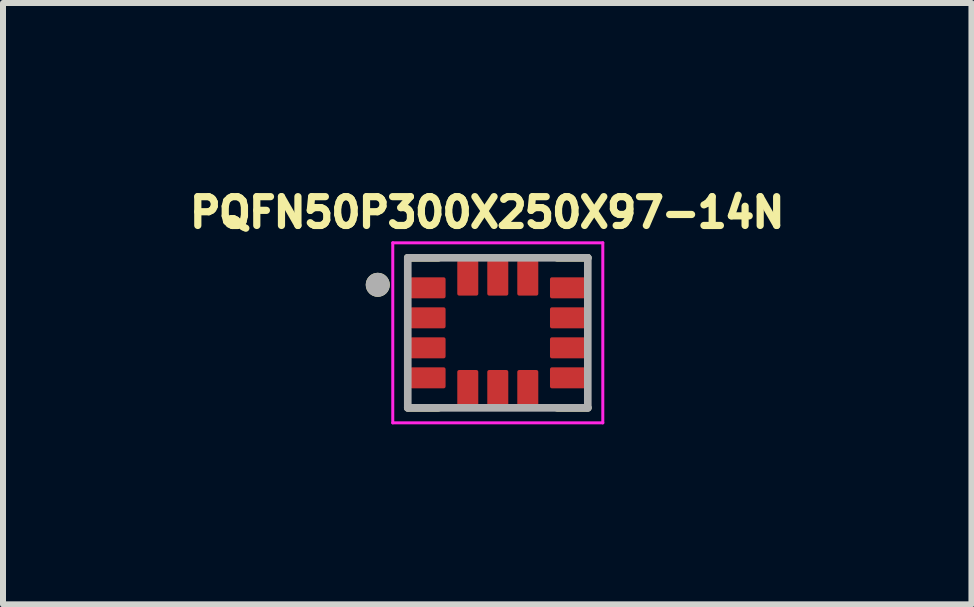
<source format=kicad_pcb>
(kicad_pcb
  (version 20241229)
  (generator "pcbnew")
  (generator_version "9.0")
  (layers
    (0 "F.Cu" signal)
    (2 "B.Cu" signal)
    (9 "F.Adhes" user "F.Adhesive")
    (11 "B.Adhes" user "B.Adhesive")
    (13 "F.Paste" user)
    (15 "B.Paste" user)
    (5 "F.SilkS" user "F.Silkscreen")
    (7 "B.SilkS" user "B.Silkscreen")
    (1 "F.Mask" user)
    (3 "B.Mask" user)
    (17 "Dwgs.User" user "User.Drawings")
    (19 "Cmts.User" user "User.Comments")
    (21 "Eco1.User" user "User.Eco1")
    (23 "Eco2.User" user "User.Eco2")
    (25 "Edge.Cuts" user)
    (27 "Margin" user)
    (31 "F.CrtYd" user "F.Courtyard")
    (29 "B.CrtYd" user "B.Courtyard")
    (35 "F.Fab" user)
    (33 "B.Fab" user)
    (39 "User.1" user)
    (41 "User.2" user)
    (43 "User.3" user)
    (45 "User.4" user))
  (footprint "PQFN50P300X250X97-14N"
    (layer "F.Cu")
    (at 5.245 2.496)
    (property "Reference" "PQFN50P300X250X97-14N" (at -0.176 -2.005 0) (layer "F.SilkS") (effects (font (size 0.48 0.48) (thickness 0.15))))
    (attr smd)
    (fp_poly (pts (xy -0.82 -0.85) (xy -0.82 -0.65) (xy -0.82 -0.643) (xy -0.821 -0.637) (xy -0.822 -0.63) (xy -0.823 -0.624) (xy -0.824 -0.618) (xy -0.826 -0.611) (xy -0.828 -0.605) (xy -0.831 -0.599) (xy -0.834 -0.593) (xy -0.837 -0.588) (xy -0.84 -0.582) (xy -0.844 -0.577) (xy -0.848 -0.571) (xy -0.852 -0.566) (xy -0.857 -0.562) (xy -0.861 -0.557) (xy -0.866 -0.553) (xy -0.872 -0.549) (xy -0.877 -0.545) (xy -0.882 -0.542) (xy -0.888 -0.539) (xy -0.894 -0.536) (xy -0.9 -0.533) (xy -0.906 -0.531) (xy -0.913 -0.529) (xy -0.919 -0.528) (xy -0.925 -0.527) (xy -0.932 -0.526) (xy -0.938 -0.525) (xy -0.945 -0.525) (xy -1.385 -0.525) (xy -1.392 -0.525) (xy -1.398 -0.526) (xy -1.405 -0.527) (xy -1.411 -0.528) (xy -1.417 -0.529) (xy -1.424 -0.531) (xy -1.43 -0.533) (xy -1.436 -0.536) (xy -1.442 -0.539) (xy -1.448 -0.542) (xy -1.453 -0.545) (xy -1.458 -0.549) (xy -1.464 -0.553) (xy -1.469 -0.557) (xy -1.473 -0.562) (xy -1.478 -0.566) (xy -1.482 -0.571) (xy -1.486 -0.577) (xy -1.49 -0.582) (xy -1.493 -0.588) (xy -1.496 -0.593) (xy -1.499 -0.599) (xy -1.502 -0.605) (xy -1.504 -0.611) (xy -1.506 -0.618) (xy -1.507 -0.624) (xy -1.508 -0.63) (xy -1.509 -0.637) (xy -1.51 -0.643) (xy -1.51 -0.65) (xy -1.51 -0.85) (xy -1.51 -0.857) (xy -1.509 -0.863) (xy -1.508 -0.87) (xy -1.507 -0.876) (xy -1.506 -0.882) (xy -1.504 -0.889) (xy -1.502 -0.895) (xy -1.499 -0.901) (xy -1.496 -0.907) (xy -1.493 -0.912) (xy -1.49 -0.918) (xy -1.486 -0.923) (xy -1.482 -0.929) (xy -1.478 -0.934) (xy -1.473 -0.938) (xy -1.469 -0.943) (xy -1.464 -0.947) (xy -1.458 -0.951) (xy -1.453 -0.955) (xy -1.448 -0.958) (xy -1.442 -0.961) (xy -1.436 -0.964) (xy -1.43 -0.967) (xy -1.424 -0.969) (xy -1.417 -0.971) (xy -1.411 -0.972) (xy -1.405 -0.973) (xy -1.398 -0.974) (xy -1.392 -0.975) (xy -1.385 -0.975) (xy -0.945 -0.975) (xy -0.938 -0.975) (xy -0.932 -0.974) (xy -0.925 -0.973) (xy -0.919 -0.972) (xy -0.913 -0.971) (xy -0.906 -0.969) (xy -0.9 -0.967) (xy -0.894 -0.964) (xy -0.888 -0.961) (xy -0.882 -0.958) (xy -0.877 -0.955) (xy -0.872 -0.951) (xy -0.866 -0.947) (xy -0.861 -0.943) (xy -0.857 -0.938) (xy -0.852 -0.934) (xy -0.848 -0.929) (xy -0.844 -0.923) (xy -0.84 -0.918) (xy -0.837 -0.912) (xy -0.834 -0.907) (xy -0.831 -0.901) (xy -0.828 -0.895) (xy -0.826 -0.889) (xy -0.824 -0.882) (xy -0.823 -0.876) (xy -0.822 -0.87) (xy -0.821 -0.863) (xy -0.82 -0.857) (xy -0.82 -0.85)) (stroke (width 0.01) (type solid)) (fill yes) (layer "F.Mask"))
    (fp_poly (pts (xy -0.82 -0.35) (xy -0.82 -0.15) (xy -0.82 -0.143) (xy -0.821 -0.137) (xy -0.822 -0.13) (xy -0.823 -0.124) (xy -0.824 -0.118) (xy -0.826 -0.111) (xy -0.828 -0.105) (xy -0.831 -0.099) (xy -0.834 -0.093) (xy -0.837 -0.088) (xy -0.84 -0.082) (xy -0.844 -0.077) (xy -0.848 -0.071) (xy -0.852 -0.066) (xy -0.857 -0.062) (xy -0.861 -0.057) (xy -0.866 -0.053) (xy -0.872 -0.049) (xy -0.877 -0.045) (xy -0.882 -0.042) (xy -0.888 -0.039) (xy -0.894 -0.036) (xy -0.9 -0.033) (xy -0.906 -0.031) (xy -0.913 -0.029) (xy -0.919 -0.028) (xy -0.925 -0.027) (xy -0.932 -0.026) (xy -0.938 -0.025) (xy -0.945 -0.025) (xy -1.385 -0.025) (xy -1.392 -0.025) (xy -1.398 -0.026) (xy -1.405 -0.027) (xy -1.411 -0.028) (xy -1.417 -0.029) (xy -1.424 -0.031) (xy -1.43 -0.033) (xy -1.436 -0.036) (xy -1.442 -0.039) (xy -1.448 -0.042) (xy -1.453 -0.045) (xy -1.458 -0.049) (xy -1.464 -0.053) (xy -1.469 -0.057) (xy -1.473 -0.062) (xy -1.478 -0.066) (xy -1.482 -0.071) (xy -1.486 -0.077) (xy -1.49 -0.082) (xy -1.493 -0.088) (xy -1.496 -0.093) (xy -1.499 -0.099) (xy -1.502 -0.105) (xy -1.504 -0.111) (xy -1.506 -0.118) (xy -1.507 -0.124) (xy -1.508 -0.13) (xy -1.509 -0.137) (xy -1.51 -0.143) (xy -1.51 -0.15) (xy -1.51 -0.35) (xy -1.51 -0.357) (xy -1.509 -0.363) (xy -1.508 -0.37) (xy -1.507 -0.376) (xy -1.506 -0.382) (xy -1.504 -0.389) (xy -1.502 -0.395) (xy -1.499 -0.401) (xy -1.496 -0.407) (xy -1.493 -0.412) (xy -1.49 -0.418) (xy -1.486 -0.423) (xy -1.482 -0.429) (xy -1.478 -0.434) (xy -1.473 -0.438) (xy -1.469 -0.443) (xy -1.464 -0.447) (xy -1.458 -0.451) (xy -1.453 -0.455) (xy -1.448 -0.458) (xy -1.442 -0.461) (xy -1.436 -0.464) (xy -1.43 -0.467) (xy -1.424 -0.469) (xy -1.417 -0.471) (xy -1.411 -0.472) (xy -1.405 -0.473) (xy -1.398 -0.474) (xy -1.392 -0.475) (xy -1.385 -0.475) (xy -0.945 -0.475) (xy -0.938 -0.475) (xy -0.932 -0.474) (xy -0.925 -0.473) (xy -0.919 -0.472) (xy -0.913 -0.471) (xy -0.906 -0.469) (xy -0.9 -0.467) (xy -0.894 -0.464) (xy -0.888 -0.461) (xy -0.882 -0.458) (xy -0.877 -0.455) (xy -0.872 -0.451) (xy -0.866 -0.447) (xy -0.861 -0.443) (xy -0.857 -0.438) (xy -0.852 -0.434) (xy -0.848 -0.429) (xy -0.844 -0.423) (xy -0.84 -0.418) (xy -0.837 -0.412) (xy -0.834 -0.407) (xy -0.831 -0.401) (xy -0.828 -0.395) (xy -0.826 -0.389) (xy -0.824 -0.382) (xy -0.823 -0.376) (xy -0.822 -0.37) (xy -0.821 -0.363) (xy -0.82 -0.357) (xy -0.82 -0.35)) (stroke (width 0.01) (type solid)) (fill yes) (layer "F.Mask"))
    (fp_poly (pts (xy -0.82 0.15) (xy -0.82 0.35) (xy -0.82 0.357) (xy -0.821 0.363) (xy -0.822 0.37) (xy -0.823 0.376) (xy -0.824 0.382) (xy -0.826 0.389) (xy -0.828 0.395) (xy -0.831 0.401) (xy -0.834 0.407) (xy -0.837 0.412) (xy -0.84 0.418) (xy -0.844 0.423) (xy -0.848 0.429) (xy -0.852 0.434) (xy -0.857 0.438) (xy -0.861 0.443) (xy -0.866 0.447) (xy -0.872 0.451) (xy -0.877 0.455) (xy -0.882 0.458) (xy -0.888 0.461) (xy -0.894 0.464) (xy -0.9 0.467) (xy -0.906 0.469) (xy -0.913 0.471) (xy -0.919 0.472) (xy -0.925 0.473) (xy -0.932 0.474) (xy -0.938 0.475) (xy -0.945 0.475) (xy -1.385 0.475) (xy -1.392 0.475) (xy -1.398 0.474) (xy -1.405 0.473) (xy -1.411 0.472) (xy -1.417 0.471) (xy -1.424 0.469) (xy -1.43 0.467) (xy -1.436 0.464) (xy -1.442 0.461) (xy -1.448 0.458) (xy -1.453 0.455) (xy -1.458 0.451) (xy -1.464 0.447) (xy -1.469 0.443) (xy -1.473 0.438) (xy -1.478 0.434) (xy -1.482 0.429) (xy -1.486 0.423) (xy -1.49 0.418) (xy -1.493 0.412) (xy -1.496 0.407) (xy -1.499 0.401) (xy -1.502 0.395) (xy -1.504 0.389) (xy -1.506 0.382) (xy -1.507 0.376) (xy -1.508 0.37) (xy -1.509 0.363) (xy -1.51 0.357) (xy -1.51 0.35) (xy -1.51 0.15) (xy -1.51 0.143) (xy -1.509 0.137) (xy -1.508 0.13) (xy -1.507 0.124) (xy -1.506 0.118) (xy -1.504 0.111) (xy -1.502 0.105) (xy -1.499 0.099) (xy -1.496 0.093) (xy -1.493 0.088) (xy -1.49 0.082) (xy -1.486 0.077) (xy -1.482 0.071) (xy -1.478 0.066) (xy -1.473 0.062) (xy -1.469 0.057) (xy -1.464 0.053) (xy -1.458 0.049) (xy -1.453 0.045) (xy -1.448 0.042) (xy -1.442 0.039) (xy -1.436 0.036) (xy -1.43 0.033) (xy -1.424 0.031) (xy -1.417 0.029) (xy -1.411 0.028) (xy -1.405 0.027) (xy -1.398 0.026) (xy -1.392 0.025) (xy -1.385 0.025) (xy -0.945 0.025) (xy -0.938 0.025) (xy -0.932 0.026) (xy -0.925 0.027) (xy -0.919 0.028) (xy -0.913 0.029) (xy -0.906 0.031) (xy -0.9 0.033) (xy -0.894 0.036) (xy -0.888 0.039) (xy -0.882 0.042) (xy -0.877 0.045) (xy -0.872 0.049) (xy -0.866 0.053) (xy -0.861 0.057) (xy -0.857 0.062) (xy -0.852 0.066) (xy -0.848 0.071) (xy -0.844 0.077) (xy -0.84 0.082) (xy -0.837 0.088) (xy -0.834 0.093) (xy -0.831 0.099) (xy -0.828 0.105) (xy -0.826 0.111) (xy -0.824 0.118) (xy -0.823 0.124) (xy -0.822 0.13) (xy -0.821 0.137) (xy -0.82 0.143) (xy -0.82 0.15)) (stroke (width 0.01) (type solid)) (fill yes) (layer "F.Mask"))
    (fp_poly (pts (xy -0.82 0.65) (xy -0.82 0.85) (xy -0.82 0.857) (xy -0.821 0.863) (xy -0.822 0.87) (xy -0.823 0.876) (xy -0.824 0.882) (xy -0.826 0.889) (xy -0.828 0.895) (xy -0.831 0.901) (xy -0.834 0.907) (xy -0.837 0.912) (xy -0.84 0.918) (xy -0.844 0.923) (xy -0.848 0.929) (xy -0.852 0.934) (xy -0.857 0.938) (xy -0.861 0.943) (xy -0.866 0.947) (xy -0.872 0.951) (xy -0.877 0.955) (xy -0.882 0.958) (xy -0.888 0.961) (xy -0.894 0.964) (xy -0.9 0.967) (xy -0.906 0.969) (xy -0.913 0.971) (xy -0.919 0.972) (xy -0.925 0.973) (xy -0.932 0.974) (xy -0.938 0.975) (xy -0.945 0.975) (xy -1.385 0.975) (xy -1.392 0.975) (xy -1.398 0.974) (xy -1.405 0.973) (xy -1.411 0.972) (xy -1.417 0.971) (xy -1.424 0.969) (xy -1.43 0.967) (xy -1.436 0.964) (xy -1.442 0.961) (xy -1.448 0.958) (xy -1.453 0.955) (xy -1.458 0.951) (xy -1.464 0.947) (xy -1.469 0.943) (xy -1.473 0.938) (xy -1.478 0.934) (xy -1.482 0.929) (xy -1.486 0.923) (xy -1.49 0.918) (xy -1.493 0.912) (xy -1.496 0.907) (xy -1.499 0.901) (xy -1.502 0.895) (xy -1.504 0.889) (xy -1.506 0.882) (xy -1.507 0.876) (xy -1.508 0.87) (xy -1.509 0.863) (xy -1.51 0.857) (xy -1.51 0.85) (xy -1.51 0.65) (xy -1.51 0.643) (xy -1.509 0.637) (xy -1.508 0.63) (xy -1.507 0.624) (xy -1.506 0.618) (xy -1.504 0.611) (xy -1.502 0.605) (xy -1.499 0.599) (xy -1.496 0.593) (xy -1.493 0.588) (xy -1.49 0.582) (xy -1.486 0.577) (xy -1.482 0.571) (xy -1.478 0.566) (xy -1.473 0.562) (xy -1.469 0.557) (xy -1.464 0.553) (xy -1.458 0.549) (xy -1.453 0.545) (xy -1.448 0.542) (xy -1.442 0.539) (xy -1.436 0.536) (xy -1.43 0.533) (xy -1.424 0.531) (xy -1.417 0.529) (xy -1.411 0.528) (xy -1.405 0.527) (xy -1.398 0.526) (xy -1.392 0.525) (xy -1.385 0.525) (xy -0.945 0.525) (xy -0.938 0.525) (xy -0.932 0.526) (xy -0.925 0.527) (xy -0.919 0.528) (xy -0.913 0.529) (xy -0.906 0.531) (xy -0.9 0.533) (xy -0.894 0.536) (xy -0.888 0.539) (xy -0.882 0.542) (xy -0.877 0.545) (xy -0.872 0.549) (xy -0.866 0.553) (xy -0.861 0.557) (xy -0.857 0.562) (xy -0.852 0.566) (xy -0.848 0.571) (xy -0.844 0.577) (xy -0.84 0.582) (xy -0.837 0.588) (xy -0.834 0.593) (xy -0.831 0.599) (xy -0.828 0.605) (xy -0.826 0.611) (xy -0.824 0.618) (xy -0.823 0.624) (xy -0.822 0.63) (xy -0.821 0.637) (xy -0.82 0.643) (xy -0.82 0.65)) (stroke (width 0.01) (type solid)) (fill yes) (layer "F.Mask"))
    (fp_poly (pts (xy -0.6 -1.26) (xy -0.4 -1.26) (xy -0.393 -1.26) (xy -0.387 -1.259) (xy -0.38 -1.258) (xy -0.374 -1.257) (xy -0.368 -1.256) (xy -0.361 -1.254) (xy -0.355 -1.252) (xy -0.349 -1.249) (xy -0.343 -1.246) (xy -0.338 -1.243) (xy -0.332 -1.24) (xy -0.327 -1.236) (xy -0.321 -1.232) (xy -0.316 -1.228) (xy -0.312 -1.223) (xy -0.307 -1.219) (xy -0.303 -1.214) (xy -0.299 -1.208) (xy -0.295 -1.203) (xy -0.292 -1.198) (xy -0.289 -1.192) (xy -0.286 -1.186) (xy -0.283 -1.18) (xy -0.281 -1.174) (xy -0.279 -1.167) (xy -0.278 -1.161) (xy -0.277 -1.155) (xy -0.276 -1.148) (xy -0.275 -1.142) (xy -0.275 -1.135) (xy -0.275 -0.695) (xy -0.275 -0.688) (xy -0.276 -0.682) (xy -0.277 -0.675) (xy -0.278 -0.669) (xy -0.279 -0.663) (xy -0.281 -0.656) (xy -0.283 -0.65) (xy -0.286 -0.644) (xy -0.289 -0.638) (xy -0.292 -0.632) (xy -0.295 -0.627) (xy -0.299 -0.622) (xy -0.303 -0.616) (xy -0.307 -0.611) (xy -0.312 -0.607) (xy -0.316 -0.602) (xy -0.321 -0.598) (xy -0.327 -0.594) (xy -0.332 -0.59) (xy -0.338 -0.587) (xy -0.343 -0.584) (xy -0.349 -0.581) (xy -0.355 -0.578) (xy -0.361 -0.576) (xy -0.368 -0.574) (xy -0.374 -0.573) (xy -0.38 -0.572) (xy -0.387 -0.571) (xy -0.393 -0.57) (xy -0.4 -0.57) (xy -0.6 -0.57) (xy -0.607 -0.57) (xy -0.613 -0.571) (xy -0.62 -0.572) (xy -0.626 -0.573) (xy -0.632 -0.574) (xy -0.639 -0.576) (xy -0.645 -0.578) (xy -0.651 -0.581) (xy -0.657 -0.584) (xy -0.663 -0.587) (xy -0.668 -0.59) (xy -0.673 -0.594) (xy -0.679 -0.598) (xy -0.684 -0.602) (xy -0.688 -0.607) (xy -0.693 -0.611) (xy -0.697 -0.616) (xy -0.701 -0.622) (xy -0.705 -0.627) (xy -0.708 -0.632) (xy -0.711 -0.638) (xy -0.714 -0.644) (xy -0.717 -0.65) (xy -0.719 -0.656) (xy -0.721 -0.663) (xy -0.722 -0.669) (xy -0.723 -0.675) (xy -0.724 -0.682) (xy -0.725 -0.688) (xy -0.725 -0.695) (xy -0.725 -1.135) (xy -0.725 -1.142) (xy -0.724 -1.148) (xy -0.723 -1.155) (xy -0.722 -1.161) (xy -0.721 -1.167) (xy -0.719 -1.174) (xy -0.717 -1.18) (xy -0.714 -1.186) (xy -0.711 -1.192) (xy -0.708 -1.198) (xy -0.705 -1.203) (xy -0.701 -1.208) (xy -0.697 -1.214) (xy -0.693 -1.219) (xy -0.688 -1.223) (xy -0.684 -1.228) (xy -0.679 -1.232) (xy -0.673 -1.236) (xy -0.668 -1.24) (xy -0.662 -1.243) (xy -0.657 -1.246) (xy -0.651 -1.249) (xy -0.645 -1.252) (xy -0.639 -1.254) (xy -0.632 -1.256) (xy -0.626 -1.257) (xy -0.62 -1.258) (xy -0.613 -1.259) (xy -0.607 -1.26) (xy -0.6 -1.26)) (stroke (width 0.01) (type solid)) (fill yes) (layer "F.Mask"))
    (fp_poly (pts (xy -0.6 0.57) (xy -0.4 0.57) (xy -0.393 0.57) (xy -0.387 0.571) (xy -0.38 0.572) (xy -0.374 0.573) (xy -0.368 0.574) (xy -0.361 0.576) (xy -0.355 0.578) (xy -0.349 0.581) (xy -0.343 0.584) (xy -0.338 0.587) (xy -0.332 0.59) (xy -0.327 0.594) (xy -0.321 0.598) (xy -0.316 0.602) (xy -0.312 0.607) (xy -0.307 0.611) (xy -0.303 0.616) (xy -0.299 0.622) (xy -0.295 0.627) (xy -0.292 0.632) (xy -0.289 0.638) (xy -0.286 0.644) (xy -0.283 0.65) (xy -0.281 0.656) (xy -0.279 0.663) (xy -0.278 0.669) (xy -0.277 0.675) (xy -0.276 0.682) (xy -0.275 0.688) (xy -0.275 0.695) (xy -0.275 1.135) (xy -0.275 1.142) (xy -0.276 1.148) (xy -0.277 1.155) (xy -0.278 1.161) (xy -0.279 1.167) (xy -0.281 1.174) (xy -0.283 1.18) (xy -0.286 1.186) (xy -0.289 1.192) (xy -0.292 1.198) (xy -0.295 1.203) (xy -0.299 1.208) (xy -0.303 1.214) (xy -0.307 1.219) (xy -0.312 1.223) (xy -0.316 1.228) (xy -0.321 1.232) (xy -0.327 1.236) (xy -0.332 1.24) (xy -0.338 1.243) (xy -0.343 1.246) (xy -0.349 1.249) (xy -0.355 1.252) (xy -0.361 1.254) (xy -0.368 1.256) (xy -0.374 1.257) (xy -0.38 1.258) (xy -0.387 1.259) (xy -0.393 1.26) (xy -0.4 1.26) (xy -0.6 1.26) (xy -0.607 1.26) (xy -0.613 1.259) (xy -0.62 1.258) (xy -0.626 1.257) (xy -0.632 1.256) (xy -0.639 1.254) (xy -0.645 1.252) (xy -0.651 1.249) (xy -0.657 1.246) (xy -0.663 1.243) (xy -0.668 1.24) (xy -0.673 1.236) (xy -0.679 1.232) (xy -0.684 1.228) (xy -0.688 1.223) (xy -0.693 1.219) (xy -0.697 1.214) (xy -0.701 1.208) (xy -0.705 1.203) (xy -0.708 1.198) (xy -0.711 1.192) (xy -0.714 1.186) (xy -0.717 1.18) (xy -0.719 1.174) (xy -0.721 1.167) (xy -0.722 1.161) (xy -0.723 1.155) (xy -0.724 1.148) (xy -0.725 1.142) (xy -0.725 1.135) (xy -0.725 0.695) (xy -0.725 0.688) (xy -0.724 0.682) (xy -0.723 0.675) (xy -0.722 0.669) (xy -0.721 0.663) (xy -0.719 0.656) (xy -0.717 0.65) (xy -0.714 0.644) (xy -0.711 0.638) (xy -0.708 0.632) (xy -0.705 0.627) (xy -0.701 0.622) (xy -0.697 0.616) (xy -0.693 0.611) (xy -0.688 0.607) (xy -0.684 0.602) (xy -0.679 0.598) (xy -0.673 0.594) (xy -0.668 0.59) (xy -0.662 0.587) (xy -0.657 0.584) (xy -0.651 0.581) (xy -0.645 0.578) (xy -0.639 0.576) (xy -0.632 0.574) (xy -0.626 0.573) (xy -0.62 0.572) (xy -0.613 0.571) (xy -0.607 0.57) (xy -0.6 0.57)) (stroke (width 0.01) (type solid)) (fill yes) (layer "F.Mask"))
    (fp_poly (pts (xy -0.1 -1.26) (xy 0.1 -1.26) (xy 0.107 -1.26) (xy 0.113 -1.259) (xy 0.12 -1.258) (xy 0.126 -1.257) (xy 0.132 -1.256) (xy 0.139 -1.254) (xy 0.145 -1.252) (xy 0.151 -1.249) (xy 0.157 -1.246) (xy 0.163 -1.243) (xy 0.168 -1.24) (xy 0.173 -1.236) (xy 0.179 -1.232) (xy 0.184 -1.228) (xy 0.188 -1.223) (xy 0.193 -1.219) (xy 0.197 -1.214) (xy 0.201 -1.208) (xy 0.205 -1.203) (xy 0.208 -1.198) (xy 0.211 -1.192) (xy 0.214 -1.186) (xy 0.217 -1.18) (xy 0.219 -1.174) (xy 0.221 -1.167) (xy 0.222 -1.161) (xy 0.223 -1.155) (xy 0.224 -1.148) (xy 0.225 -1.142) (xy 0.225 -1.135) (xy 0.225 -0.695) (xy 0.225 -0.688) (xy 0.224 -0.682) (xy 0.223 -0.675) (xy 0.222 -0.669) (xy 0.221 -0.663) (xy 0.219 -0.656) (xy 0.217 -0.65) (xy 0.214 -0.644) (xy 0.211 -0.638) (xy 0.208 -0.632) (xy 0.205 -0.627) (xy 0.201 -0.622) (xy 0.197 -0.616) (xy 0.193 -0.611) (xy 0.188 -0.607) (xy 0.184 -0.602) (xy 0.179 -0.598) (xy 0.173 -0.594) (xy 0.168 -0.59) (xy 0.163 -0.587) (xy 0.157 -0.584) (xy 0.151 -0.581) (xy 0.145 -0.578) (xy 0.139 -0.576) (xy 0.132 -0.574) (xy 0.126 -0.573) (xy 0.12 -0.572) (xy 0.113 -0.571) (xy 0.107 -0.57) (xy 0.1 -0.57) (xy -0.1 -0.57) (xy -0.107 -0.57) (xy -0.113 -0.571) (xy -0.12 -0.572) (xy -0.126 -0.573) (xy -0.132 -0.574) (xy -0.139 -0.576) (xy -0.145 -0.578) (xy -0.151 -0.581) (xy -0.157 -0.584) (xy -0.163 -0.587) (xy -0.168 -0.59) (xy -0.173 -0.594) (xy -0.179 -0.598) (xy -0.184 -0.602) (xy -0.188 -0.607) (xy -0.193 -0.611) (xy -0.197 -0.616) (xy -0.201 -0.622) (xy -0.205 -0.627) (xy -0.208 -0.632) (xy -0.211 -0.638) (xy -0.214 -0.644) (xy -0.217 -0.65) (xy -0.219 -0.656) (xy -0.221 -0.663) (xy -0.222 -0.669) (xy -0.223 -0.675) (xy -0.224 -0.682) (xy -0.225 -0.688) (xy -0.225 -0.695) (xy -0.225 -1.135) (xy -0.225 -1.142) (xy -0.224 -1.148) (xy -0.223 -1.155) (xy -0.222 -1.161) (xy -0.221 -1.167) (xy -0.219 -1.174) (xy -0.217 -1.18) (xy -0.214 -1.186) (xy -0.211 -1.192) (xy -0.208 -1.198) (xy -0.205 -1.203) (xy -0.201 -1.208) (xy -0.197 -1.214) (xy -0.193 -1.219) (xy -0.188 -1.223) (xy -0.184 -1.228) (xy -0.179 -1.232) (xy -0.173 -1.236) (xy -0.168 -1.24) (xy -0.162 -1.243) (xy -0.157 -1.246) (xy -0.151 -1.249) (xy -0.145 -1.252) (xy -0.139 -1.254) (xy -0.132 -1.256) (xy -0.126 -1.257) (xy -0.12 -1.258) (xy -0.113 -1.259) (xy -0.107 -1.26) (xy -0.1 -1.26)) (stroke (width 0.01) (type solid)) (fill yes) (layer "F.Mask"))
    (fp_poly (pts (xy -0.1 0.57) (xy 0.1 0.57) (xy 0.107 0.57) (xy 0.113 0.571) (xy 0.12 0.572) (xy 0.126 0.573) (xy 0.132 0.574) (xy 0.139 0.576) (xy 0.145 0.578) (xy 0.151 0.581) (xy 0.157 0.584) (xy 0.163 0.587) (xy 0.168 0.59) (xy 0.173 0.594) (xy 0.179 0.598) (xy 0.184 0.602) (xy 0.188 0.607) (xy 0.193 0.611) (xy 0.197 0.616) (xy 0.201 0.622) (xy 0.205 0.627) (xy 0.208 0.632) (xy 0.211 0.638) (xy 0.214 0.644) (xy 0.217 0.65) (xy 0.219 0.656) (xy 0.221 0.663) (xy 0.222 0.669) (xy 0.223 0.675) (xy 0.224 0.682) (xy 0.225 0.688) (xy 0.225 0.695) (xy 0.225 1.135) (xy 0.225 1.142) (xy 0.224 1.148) (xy 0.223 1.155) (xy 0.222 1.161) (xy 0.221 1.167) (xy 0.219 1.174) (xy 0.217 1.18) (xy 0.214 1.186) (xy 0.211 1.192) (xy 0.208 1.198) (xy 0.205 1.203) (xy 0.201 1.208) (xy 0.197 1.214) (xy 0.193 1.219) (xy 0.188 1.223) (xy 0.184 1.228) (xy 0.179 1.232) (xy 0.173 1.236) (xy 0.168 1.24) (xy 0.163 1.243) (xy 0.157 1.246) (xy 0.151 1.249) (xy 0.145 1.252) (xy 0.139 1.254) (xy 0.132 1.256) (xy 0.126 1.257) (xy 0.12 1.258) (xy 0.113 1.259) (xy 0.107 1.26) (xy 0.1 1.26) (xy -0.1 1.26) (xy -0.107 1.26) (xy -0.113 1.259) (xy -0.12 1.258) (xy -0.126 1.257) (xy -0.132 1.256) (xy -0.139 1.254) (xy -0.145 1.252) (xy -0.151 1.249) (xy -0.157 1.246) (xy -0.163 1.243) (xy -0.168 1.24) (xy -0.173 1.236) (xy -0.179 1.232) (xy -0.184 1.228) (xy -0.188 1.223) (xy -0.193 1.219) (xy -0.197 1.214) (xy -0.201 1.208) (xy -0.205 1.203) (xy -0.208 1.198) (xy -0.211 1.192) (xy -0.214 1.186) (xy -0.217 1.18) (xy -0.219 1.174) (xy -0.221 1.167) (xy -0.222 1.161) (xy -0.223 1.155) (xy -0.224 1.148) (xy -0.225 1.142) (xy -0.225 1.135) (xy -0.225 0.695) (xy -0.225 0.688) (xy -0.224 0.682) (xy -0.223 0.675) (xy -0.222 0.669) (xy -0.221 0.663) (xy -0.219 0.656) (xy -0.217 0.65) (xy -0.214 0.644) (xy -0.211 0.638) (xy -0.208 0.632) (xy -0.205 0.627) (xy -0.201 0.622) (xy -0.197 0.616) (xy -0.193 0.611) (xy -0.188 0.607) (xy -0.184 0.602) (xy -0.179 0.598) (xy -0.173 0.594) (xy -0.168 0.59) (xy -0.162 0.587) (xy -0.157 0.584) (xy -0.151 0.581) (xy -0.145 0.578) (xy -0.139 0.576) (xy -0.132 0.574) (xy -0.126 0.573) (xy -0.12 0.572) (xy -0.113 0.571) (xy -0.107 0.57) (xy -0.1 0.57)) (stroke (width 0.01) (type solid)) (fill yes) (layer "F.Mask"))
    (fp_poly (pts (xy 0.4 -1.26) (xy 0.6 -1.26) (xy 0.607 -1.26) (xy 0.613 -1.259) (xy 0.62 -1.258) (xy 0.626 -1.257) (xy 0.632 -1.256) (xy 0.639 -1.254) (xy 0.645 -1.252) (xy 0.651 -1.249) (xy 0.657 -1.246) (xy 0.662 -1.243) (xy 0.668 -1.24) (xy 0.673 -1.236) (xy 0.679 -1.232) (xy 0.684 -1.228) (xy 0.688 -1.223) (xy 0.693 -1.219) (xy 0.697 -1.214) (xy 0.701 -1.208) (xy 0.705 -1.203) (xy 0.708 -1.198) (xy 0.711 -1.192) (xy 0.714 -1.186) (xy 0.717 -1.18) (xy 0.719 -1.174) (xy 0.721 -1.167) (xy 0.722 -1.161) (xy 0.723 -1.155) (xy 0.724 -1.148) (xy 0.725 -1.142) (xy 0.725 -1.135) (xy 0.725 -0.695) (xy 0.725 -0.688) (xy 0.724 -0.682) (xy 0.723 -0.675) (xy 0.722 -0.669) (xy 0.721 -0.663) (xy 0.719 -0.656) (xy 0.717 -0.65) (xy 0.714 -0.644) (xy 0.711 -0.638) (xy 0.708 -0.632) (xy 0.705 -0.627) (xy 0.701 -0.622) (xy 0.697 -0.616) (xy 0.693 -0.611) (xy 0.688 -0.607) (xy 0.684 -0.602) (xy 0.679 -0.598) (xy 0.673 -0.594) (xy 0.668 -0.59) (xy 0.662 -0.587) (xy 0.657 -0.584) (xy 0.651 -0.581) (xy 0.645 -0.578) (xy 0.639 -0.576) (xy 0.632 -0.574) (xy 0.626 -0.573) (xy 0.62 -0.572) (xy 0.613 -0.571) (xy 0.607 -0.57) (xy 0.6 -0.57) (xy 0.4 -0.57) (xy 0.393 -0.57) (xy 0.387 -0.571) (xy 0.38 -0.572) (xy 0.374 -0.573) (xy 0.368 -0.574) (xy 0.361 -0.576) (xy 0.355 -0.578) (xy 0.349 -0.581) (xy 0.343 -0.584) (xy 0.337 -0.587) (xy 0.332 -0.59) (xy 0.327 -0.594) (xy 0.321 -0.598) (xy 0.316 -0.602) (xy 0.312 -0.607) (xy 0.307 -0.611) (xy 0.303 -0.616) (xy 0.299 -0.622) (xy 0.295 -0.627) (xy 0.292 -0.632) (xy 0.289 -0.638) (xy 0.286 -0.644) (xy 0.283 -0.65) (xy 0.281 -0.656) (xy 0.279 -0.663) (xy 0.278 -0.669) (xy 0.277 -0.675) (xy 0.276 -0.682) (xy 0.275 -0.688) (xy 0.275 -0.695) (xy 0.275 -1.135) (xy 0.275 -1.142) (xy 0.276 -1.148) (xy 0.277 -1.155) (xy 0.278 -1.161) (xy 0.279 -1.167) (xy 0.281 -1.174) (xy 0.283 -1.18) (xy 0.286 -1.186) (xy 0.289 -1.192) (xy 0.292 -1.198) (xy 0.295 -1.203) (xy 0.299 -1.208) (xy 0.303 -1.214) (xy 0.307 -1.219) (xy 0.312 -1.223) (xy 0.316 -1.228) (xy 0.321 -1.232) (xy 0.327 -1.236) (xy 0.332 -1.24) (xy 0.338 -1.243) (xy 0.343 -1.246) (xy 0.349 -1.249) (xy 0.355 -1.252) (xy 0.361 -1.254) (xy 0.368 -1.256) (xy 0.374 -1.257) (xy 0.38 -1.258) (xy 0.387 -1.259) (xy 0.393 -1.26) (xy 0.4 -1.26)) (stroke (width 0.01) (type solid)) (fill yes) (layer "F.Mask"))
    (fp_poly (pts (xy 0.4 0.57) (xy 0.6 0.57) (xy 0.607 0.57) (xy 0.613 0.571) (xy 0.62 0.572) (xy 0.626 0.573) (xy 0.632 0.574) (xy 0.639 0.576) (xy 0.645 0.578) (xy 0.651 0.581) (xy 0.657 0.584) (xy 0.662 0.587) (xy 0.668 0.59) (xy 0.673 0.594) (xy 0.679 0.598) (xy 0.684 0.602) (xy 0.688 0.607) (xy 0.693 0.611) (xy 0.697 0.616) (xy 0.701 0.622) (xy 0.705 0.627) (xy 0.708 0.632) (xy 0.711 0.638) (xy 0.714 0.644) (xy 0.717 0.65) (xy 0.719 0.656) (xy 0.721 0.663) (xy 0.722 0.669) (xy 0.723 0.675) (xy 0.724 0.682) (xy 0.725 0.688) (xy 0.725 0.695) (xy 0.725 1.135) (xy 0.725 1.142) (xy 0.724 1.148) (xy 0.723 1.155) (xy 0.722 1.161) (xy 0.721 1.167) (xy 0.719 1.174) (xy 0.717 1.18) (xy 0.714 1.186) (xy 0.711 1.192) (xy 0.708 1.198) (xy 0.705 1.203) (xy 0.701 1.208) (xy 0.697 1.214) (xy 0.693 1.219) (xy 0.688 1.223) (xy 0.684 1.228) (xy 0.679 1.232) (xy 0.673 1.236) (xy 0.668 1.24) (xy 0.662 1.243) (xy 0.657 1.246) (xy 0.651 1.249) (xy 0.645 1.252) (xy 0.639 1.254) (xy 0.632 1.256) (xy 0.626 1.257) (xy 0.62 1.258) (xy 0.613 1.259) (xy 0.607 1.26) (xy 0.6 1.26) (xy 0.4 1.26) (xy 0.393 1.26) (xy 0.387 1.259) (xy 0.38 1.258) (xy 0.374 1.257) (xy 0.368 1.256) (xy 0.361 1.254) (xy 0.355 1.252) (xy 0.349 1.249) (xy 0.343 1.246) (xy 0.337 1.243) (xy 0.332 1.24) (xy 0.327 1.236) (xy 0.321 1.232) (xy 0.316 1.228) (xy 0.312 1.223) (xy 0.307 1.219) (xy 0.303 1.214) (xy 0.299 1.208) (xy 0.295 1.203) (xy 0.292 1.198) (xy 0.289 1.192) (xy 0.286 1.186) (xy 0.283 1.18) (xy 0.281 1.174) (xy 0.279 1.167) (xy 0.278 1.161) (xy 0.277 1.155) (xy 0.276 1.148) (xy 0.275 1.142) (xy 0.275 1.135) (xy 0.275 0.695) (xy 0.275 0.688) (xy 0.276 0.682) (xy 0.277 0.675) (xy 0.278 0.669) (xy 0.279 0.663) (xy 0.281 0.656) (xy 0.283 0.65) (xy 0.286 0.644) (xy 0.289 0.638) (xy 0.292 0.632) (xy 0.295 0.627) (xy 0.299 0.622) (xy 0.303 0.616) (xy 0.307 0.611) (xy 0.312 0.607) (xy 0.316 0.602) (xy 0.321 0.598) (xy 0.327 0.594) (xy 0.332 0.59) (xy 0.338 0.587) (xy 0.343 0.584) (xy 0.349 0.581) (xy 0.355 0.578) (xy 0.361 0.576) (xy 0.368 0.574) (xy 0.374 0.573) (xy 0.38 0.572) (xy 0.387 0.571) (xy 0.393 0.57) (xy 0.4 0.57)) (stroke (width 0.01) (type solid)) (fill yes) (layer "F.Mask"))
    (fp_poly (pts (xy 1.51 -0.85) (xy 1.51 -0.65) (xy 1.51 -0.643) (xy 1.509 -0.637) (xy 1.508 -0.63) (xy 1.507 -0.624) (xy 1.506 -0.618) (xy 1.504 -0.611) (xy 1.502 -0.605) (xy 1.499 -0.599) (xy 1.496 -0.593) (xy 1.493 -0.588) (xy 1.49 -0.582) (xy 1.486 -0.577) (xy 1.482 -0.571) (xy 1.478 -0.566) (xy 1.473 -0.562) (xy 1.469 -0.557) (xy 1.464 -0.553) (xy 1.458 -0.549) (xy 1.453 -0.545) (xy 1.448 -0.542) (xy 1.442 -0.539) (xy 1.436 -0.536) (xy 1.43 -0.533) (xy 1.424 -0.531) (xy 1.417 -0.529) (xy 1.411 -0.528) (xy 1.405 -0.527) (xy 1.398 -0.526) (xy 1.392 -0.525) (xy 1.385 -0.525) (xy 0.945 -0.525) (xy 0.938 -0.525) (xy 0.932 -0.526) (xy 0.925 -0.527) (xy 0.919 -0.528) (xy 0.913 -0.529) (xy 0.906 -0.531) (xy 0.9 -0.533) (xy 0.894 -0.536) (xy 0.888 -0.539) (xy 0.882 -0.542) (xy 0.877 -0.545) (xy 0.872 -0.549) (xy 0.866 -0.553) (xy 0.861 -0.557) (xy 0.857 -0.562) (xy 0.852 -0.566) (xy 0.848 -0.571) (xy 0.844 -0.577) (xy 0.84 -0.582) (xy 0.837 -0.588) (xy 0.834 -0.593) (xy 0.831 -0.599) (xy 0.828 -0.605) (xy 0.826 -0.611) (xy 0.824 -0.618) (xy 0.823 -0.624) (xy 0.822 -0.63) (xy 0.821 -0.637) (xy 0.82 -0.643) (xy 0.82 -0.65) (xy 0.82 -0.85) (xy 0.82 -0.857) (xy 0.821 -0.863) (xy 0.822 -0.87) (xy 0.823 -0.876) (xy 0.824 -0.882) (xy 0.826 -0.889) (xy 0.828 -0.895) (xy 0.831 -0.901) (xy 0.834 -0.907) (xy 0.837 -0.912) (xy 0.84 -0.918) (xy 0.844 -0.923) (xy 0.848 -0.929) (xy 0.852 -0.934) (xy 0.857 -0.938) (xy 0.861 -0.943) (xy 0.866 -0.947) (xy 0.872 -0.951) (xy 0.877 -0.955) (xy 0.882 -0.958) (xy 0.888 -0.961) (xy 0.894 -0.964) (xy 0.9 -0.967) (xy 0.906 -0.969) (xy 0.913 -0.971) (xy 0.919 -0.972) (xy 0.925 -0.973) (xy 0.932 -0.974) (xy 0.938 -0.975) (xy 0.945 -0.975) (xy 1.385 -0.975) (xy 1.392 -0.975) (xy 1.398 -0.974) (xy 1.405 -0.973) (xy 1.411 -0.972) (xy 1.417 -0.971) (xy 1.424 -0.969) (xy 1.43 -0.967) (xy 1.436 -0.964) (xy 1.442 -0.961) (xy 1.448 -0.958) (xy 1.453 -0.955) (xy 1.458 -0.951) (xy 1.464 -0.947) (xy 1.469 -0.943) (xy 1.473 -0.938) (xy 1.478 -0.934) (xy 1.482 -0.929) (xy 1.486 -0.923) (xy 1.49 -0.918) (xy 1.493 -0.912) (xy 1.496 -0.907) (xy 1.499 -0.901) (xy 1.502 -0.895) (xy 1.504 -0.889) (xy 1.506 -0.882) (xy 1.507 -0.876) (xy 1.508 -0.87) (xy 1.509 -0.863) (xy 1.51 -0.857) (xy 1.51 -0.85)) (stroke (width 0.01) (type solid)) (fill yes) (layer "F.Mask"))
    (fp_poly (pts (xy 1.51 -0.35) (xy 1.51 -0.15) (xy 1.51 -0.143) (xy 1.509 -0.137) (xy 1.508 -0.13) (xy 1.507 -0.124) (xy 1.506 -0.118) (xy 1.504 -0.111) (xy 1.502 -0.105) (xy 1.499 -0.099) (xy 1.496 -0.093) (xy 1.493 -0.088) (xy 1.49 -0.082) (xy 1.486 -0.077) (xy 1.482 -0.071) (xy 1.478 -0.066) (xy 1.473 -0.062) (xy 1.469 -0.057) (xy 1.464 -0.053) (xy 1.458 -0.049) (xy 1.453 -0.045) (xy 1.448 -0.042) (xy 1.442 -0.039) (xy 1.436 -0.036) (xy 1.43 -0.033) (xy 1.424 -0.031) (xy 1.417 -0.029) (xy 1.411 -0.028) (xy 1.405 -0.027) (xy 1.398 -0.026) (xy 1.392 -0.025) (xy 1.385 -0.025) (xy 0.945 -0.025) (xy 0.938 -0.025) (xy 0.932 -0.026) (xy 0.925 -0.027) (xy 0.919 -0.028) (xy 0.913 -0.029) (xy 0.906 -0.031) (xy 0.9 -0.033) (xy 0.894 -0.036) (xy 0.888 -0.039) (xy 0.882 -0.042) (xy 0.877 -0.045) (xy 0.872 -0.049) (xy 0.866 -0.053) (xy 0.861 -0.057) (xy 0.857 -0.062) (xy 0.852 -0.066) (xy 0.848 -0.071) (xy 0.844 -0.077) (xy 0.84 -0.082) (xy 0.837 -0.088) (xy 0.834 -0.093) (xy 0.831 -0.099) (xy 0.828 -0.105) (xy 0.826 -0.111) (xy 0.824 -0.118) (xy 0.823 -0.124) (xy 0.822 -0.13) (xy 0.821 -0.137) (xy 0.82 -0.143) (xy 0.82 -0.15) (xy 0.82 -0.35) (xy 0.82 -0.357) (xy 0.821 -0.363) (xy 0.822 -0.37) (xy 0.823 -0.376) (xy 0.824 -0.382) (xy 0.826 -0.389) (xy 0.828 -0.395) (xy 0.831 -0.401) (xy 0.834 -0.407) (xy 0.837 -0.412) (xy 0.84 -0.418) (xy 0.844 -0.423) (xy 0.848 -0.429) (xy 0.852 -0.434) (xy 0.857 -0.438) (xy 0.861 -0.443) (xy 0.866 -0.447) (xy 0.872 -0.451) (xy 0.877 -0.455) (xy 0.882 -0.458) (xy 0.888 -0.461) (xy 0.894 -0.464) (xy 0.9 -0.467) (xy 0.906 -0.469) (xy 0.913 -0.471) (xy 0.919 -0.472) (xy 0.925 -0.473) (xy 0.932 -0.474) (xy 0.938 -0.475) (xy 0.945 -0.475) (xy 1.385 -0.475) (xy 1.392 -0.475) (xy 1.398 -0.474) (xy 1.405 -0.473) (xy 1.411 -0.472) (xy 1.417 -0.471) (xy 1.424 -0.469) (xy 1.43 -0.467) (xy 1.436 -0.464) (xy 1.442 -0.461) (xy 1.448 -0.458) (xy 1.453 -0.455) (xy 1.458 -0.451) (xy 1.464 -0.447) (xy 1.469 -0.443) (xy 1.473 -0.438) (xy 1.478 -0.434) (xy 1.482 -0.429) (xy 1.486 -0.423) (xy 1.49 -0.418) (xy 1.493 -0.412) (xy 1.496 -0.407) (xy 1.499 -0.401) (xy 1.502 -0.395) (xy 1.504 -0.389) (xy 1.506 -0.382) (xy 1.507 -0.376) (xy 1.508 -0.37) (xy 1.509 -0.363) (xy 1.51 -0.357) (xy 1.51 -0.35)) (stroke (width 0.01) (type solid)) (fill yes) (layer "F.Mask"))
    (fp_poly (pts (xy 1.51 0.15) (xy 1.51 0.35) (xy 1.51 0.357) (xy 1.509 0.363) (xy 1.508 0.37) (xy 1.507 0.376) (xy 1.506 0.382) (xy 1.504 0.389) (xy 1.502 0.395) (xy 1.499 0.401) (xy 1.496 0.407) (xy 1.493 0.412) (xy 1.49 0.418) (xy 1.486 0.423) (xy 1.482 0.429) (xy 1.478 0.434) (xy 1.473 0.438) (xy 1.469 0.443) (xy 1.464 0.447) (xy 1.458 0.451) (xy 1.453 0.455) (xy 1.448 0.458) (xy 1.442 0.461) (xy 1.436 0.464) (xy 1.43 0.467) (xy 1.424 0.469) (xy 1.417 0.471) (xy 1.411 0.472) (xy 1.405 0.473) (xy 1.398 0.474) (xy 1.392 0.475) (xy 1.385 0.475) (xy 0.945 0.475) (xy 0.938 0.475) (xy 0.932 0.474) (xy 0.925 0.473) (xy 0.919 0.472) (xy 0.913 0.471) (xy 0.906 0.469) (xy 0.9 0.467) (xy 0.894 0.464) (xy 0.888 0.461) (xy 0.882 0.458) (xy 0.877 0.455) (xy 0.872 0.451) (xy 0.866 0.447) (xy 0.861 0.443) (xy 0.857 0.438) (xy 0.852 0.434) (xy 0.848 0.429) (xy 0.844 0.423) (xy 0.84 0.418) (xy 0.837 0.412) (xy 0.834 0.407) (xy 0.831 0.401) (xy 0.828 0.395) (xy 0.826 0.389) (xy 0.824 0.382) (xy 0.823 0.376) (xy 0.822 0.37) (xy 0.821 0.363) (xy 0.82 0.357) (xy 0.82 0.35) (xy 0.82 0.15) (xy 0.82 0.143) (xy 0.821 0.137) (xy 0.822 0.13) (xy 0.823 0.124) (xy 0.824 0.118) (xy 0.826 0.111) (xy 0.828 0.105) (xy 0.831 0.099) (xy 0.834 0.093) (xy 0.837 0.088) (xy 0.84 0.082) (xy 0.844 0.077) (xy 0.848 0.071) (xy 0.852 0.066) (xy 0.857 0.062) (xy 0.861 0.057) (xy 0.866 0.053) (xy 0.872 0.049) (xy 0.877 0.045) (xy 0.882 0.042) (xy 0.888 0.039) (xy 0.894 0.036) (xy 0.9 0.033) (xy 0.906 0.031) (xy 0.913 0.029) (xy 0.919 0.028) (xy 0.925 0.027) (xy 0.932 0.026) (xy 0.938 0.025) (xy 0.945 0.025) (xy 1.385 0.025) (xy 1.392 0.025) (xy 1.398 0.026) (xy 1.405 0.027) (xy 1.411 0.028) (xy 1.417 0.029) (xy 1.424 0.031) (xy 1.43 0.033) (xy 1.436 0.036) (xy 1.442 0.039) (xy 1.448 0.042) (xy 1.453 0.045) (xy 1.458 0.049) (xy 1.464 0.053) (xy 1.469 0.057) (xy 1.473 0.062) (xy 1.478 0.066) (xy 1.482 0.071) (xy 1.486 0.077) (xy 1.49 0.082) (xy 1.493 0.088) (xy 1.496 0.093) (xy 1.499 0.099) (xy 1.502 0.105) (xy 1.504 0.111) (xy 1.506 0.118) (xy 1.507 0.124) (xy 1.508 0.13) (xy 1.509 0.137) (xy 1.51 0.143) (xy 1.51 0.15)) (stroke (width 0.01) (type solid)) (fill yes) (layer "F.Mask"))
    (fp_poly (pts (xy 1.51 0.65) (xy 1.51 0.85) (xy 1.51 0.857) (xy 1.509 0.863) (xy 1.508 0.87) (xy 1.507 0.876) (xy 1.506 0.882) (xy 1.504 0.889) (xy 1.502 0.895) (xy 1.499 0.901) (xy 1.496 0.907) (xy 1.493 0.912) (xy 1.49 0.918) (xy 1.486 0.923) (xy 1.482 0.929) (xy 1.478 0.934) (xy 1.473 0.938) (xy 1.469 0.943) (xy 1.464 0.947) (xy 1.458 0.951) (xy 1.453 0.955) (xy 1.448 0.958) (xy 1.442 0.961) (xy 1.436 0.964) (xy 1.43 0.967) (xy 1.424 0.969) (xy 1.417 0.971) (xy 1.411 0.972) (xy 1.405 0.973) (xy 1.398 0.974) (xy 1.392 0.975) (xy 1.385 0.975) (xy 0.945 0.975) (xy 0.938 0.975) (xy 0.932 0.974) (xy 0.925 0.973) (xy 0.919 0.972) (xy 0.913 0.971) (xy 0.906 0.969) (xy 0.9 0.967) (xy 0.894 0.964) (xy 0.888 0.961) (xy 0.882 0.958) (xy 0.877 0.955) (xy 0.872 0.951) (xy 0.866 0.947) (xy 0.861 0.943) (xy 0.857 0.938) (xy 0.852 0.934) (xy 0.848 0.929) (xy 0.844 0.923) (xy 0.84 0.918) (xy 0.837 0.912) (xy 0.834 0.907) (xy 0.831 0.901) (xy 0.828 0.895) (xy 0.826 0.889) (xy 0.824 0.882) (xy 0.823 0.876) (xy 0.822 0.87) (xy 0.821 0.863) (xy 0.82 0.857) (xy 0.82 0.85) (xy 0.82 0.65) (xy 0.82 0.643) (xy 0.821 0.637) (xy 0.822 0.63) (xy 0.823 0.624) (xy 0.824 0.618) (xy 0.826 0.611) (xy 0.828 0.605) (xy 0.831 0.599) (xy 0.834 0.593) (xy 0.837 0.588) (xy 0.84 0.582) (xy 0.844 0.577) (xy 0.848 0.571) (xy 0.852 0.566) (xy 0.857 0.562) (xy 0.861 0.557) (xy 0.866 0.553) (xy 0.872 0.549) (xy 0.877 0.545) (xy 0.882 0.542) (xy 0.888 0.539) (xy 0.894 0.536) (xy 0.9 0.533) (xy 0.906 0.531) (xy 0.913 0.529) (xy 0.919 0.528) (xy 0.925 0.527) (xy 0.932 0.526) (xy 0.938 0.525) (xy 0.945 0.525) (xy 1.385 0.525) (xy 1.392 0.525) (xy 1.398 0.526) (xy 1.405 0.527) (xy 1.411 0.528) (xy 1.417 0.529) (xy 1.424 0.531) (xy 1.43 0.533) (xy 1.436 0.536) (xy 1.442 0.539) (xy 1.448 0.542) (xy 1.453 0.545) (xy 1.458 0.549) (xy 1.464 0.553) (xy 1.469 0.557) (xy 1.473 0.562) (xy 1.478 0.566) (xy 1.482 0.571) (xy 1.486 0.577) (xy 1.49 0.582) (xy 1.493 0.588) (xy 1.496 0.593) (xy 1.499 0.599) (xy 1.502 0.605) (xy 1.504 0.611) (xy 1.506 0.618) (xy 1.507 0.624) (xy 1.508 0.63) (xy 1.509 0.637) (xy 1.51 0.643) (xy 1.51 0.65)) (stroke (width 0.01) (type solid)) (fill yes) (layer "F.Mask"))
    (fp_line (start -1.5 -1.25) (end -0.99 -1.25) (stroke (width 0.127) (type solid)) (layer "F.SilkS"))
    (fp_line (start -1.5 1.25) (end -0.99 1.25) (stroke (width 0.127) (type solid)) (layer "F.SilkS"))
    (fp_line (start 0.99 -1.25) (end 1.5 -1.25) (stroke (width 0.127) (type solid)) (layer "F.SilkS"))
    (fp_line (start 1.5 1.25) (end 0.99 1.25) (stroke (width 0.127) (type solid)) (layer "F.SilkS"))
    (fp_circle (center -2 -0.8) (end -1.9 -0.8) (stroke (width 0.2) (type solid)) (fill no) (layer "F.SilkS"))
    (fp_line (start -1.75 -1.5) (end 1.75 -1.5) (stroke (width 0.05) (type solid)) (layer "F.CrtYd"))
    (fp_line (start -1.75 1.5) (end -1.75 -1.5) (stroke (width 0.05) (type solid)) (layer "F.CrtYd"))
    (fp_line (start 1.75 -1.5) (end 1.75 1.5) (stroke (width 0.05) (type solid)) (layer "F.CrtYd"))
    (fp_line (start 1.75 1.5) (end -1.75 1.5) (stroke (width 0.05) (type solid)) (layer "F.CrtYd"))
    (fp_line (start -1.5 -1.25) (end 1.5 -1.25) (stroke (width 0.127) (type solid)) (layer "F.Fab"))
    (fp_line (start -1.5 1.25) (end -1.5 -1.25) (stroke (width 0.127) (type solid)) (layer "F.Fab"))
    (fp_line (start 1.5 -1.25) (end 1.5 1.25) (stroke (width 0.127) (type solid)) (layer "F.Fab"))
    (fp_line (start 1.5 1.25) (end -1.5 1.25) (stroke (width 0.127) (type solid)) (layer "F.Fab"))
    (fp_circle (center -2 -0.8) (end -1.9 -0.8) (stroke (width 0.2) (type solid)) (fill no) (layer "F.Fab"))
    (pad "1" smd roundrect (at -1.165 -0.75) (size 0.59 0.35) (layers "F.Cu" "F.Paste") (roundrect_rratio 0.09))
    (pad "2" smd roundrect (at -1.165 -0.25) (size 0.59 0.35) (layers "F.Cu" "F.Paste") (roundrect_rratio 0.09))
    (pad "3" smd roundrect (at -1.165 0.25) (size 0.59 0.35) (layers "F.Cu" "F.Paste") (roundrect_rratio 0.09))
    (pad "4" smd roundrect (at -1.165 0.75) (size 0.59 0.35) (layers "F.Cu" "F.Paste") (roundrect_rratio 0.09))
    (pad "5" smd roundrect (at -0.5 0.915 90) (size 0.59 0.35) (layers "F.Cu" "F.Paste") (roundrect_rratio 0.09))
    (pad "6" smd roundrect (at 0 0.915 90) (size 0.59 0.35) (layers "F.Cu" "F.Paste") (roundrect_rratio 0.09))
    (pad "7" smd roundrect (at 0.5 0.915 90) (size 0.59 0.35) (layers "F.Cu" "F.Paste") (roundrect_rratio 0.09))
    (pad "8" smd roundrect (at 1.165 0.75 180) (size 0.59 0.35) (layers "F.Cu" "F.Paste") (roundrect_rratio 0.09))
    (pad "9" smd roundrect (at 1.165 0.25 180) (size 0.59 0.35) (layers "F.Cu" "F.Paste") (roundrect_rratio 0.09))
    (pad "10" smd roundrect (at 1.165 -0.25 180) (size 0.59 0.35) (layers "F.Cu" "F.Paste") (roundrect_rratio 0.09))
    (pad "11" smd roundrect (at 1.165 -0.75 180) (size 0.59 0.35) (layers "F.Cu" "F.Paste") (roundrect_rratio 0.09))
    (pad "12" smd roundrect (at 0.5 -0.915 270) (size 0.59 0.35) (layers "F.Cu" "F.Paste") (roundrect_rratio 0.09))
    (pad "13" smd roundrect (at 0 -0.915 270) (size 0.59 0.35) (layers "F.Cu" "F.Paste") (roundrect_rratio 0.09))
    (pad "14" smd roundrect (at -0.5 -0.915 270) (size 0.59 0.35) (layers "F.Cu" "F.Paste") (roundrect_rratio 0.09)))
  (gr_rect
    (start -3 -3)
    (end 13.138 7.021)
    (stroke (width 0.1) (type default))
    (fill no)
    (layer "Edge.Cuts")))
</source>
